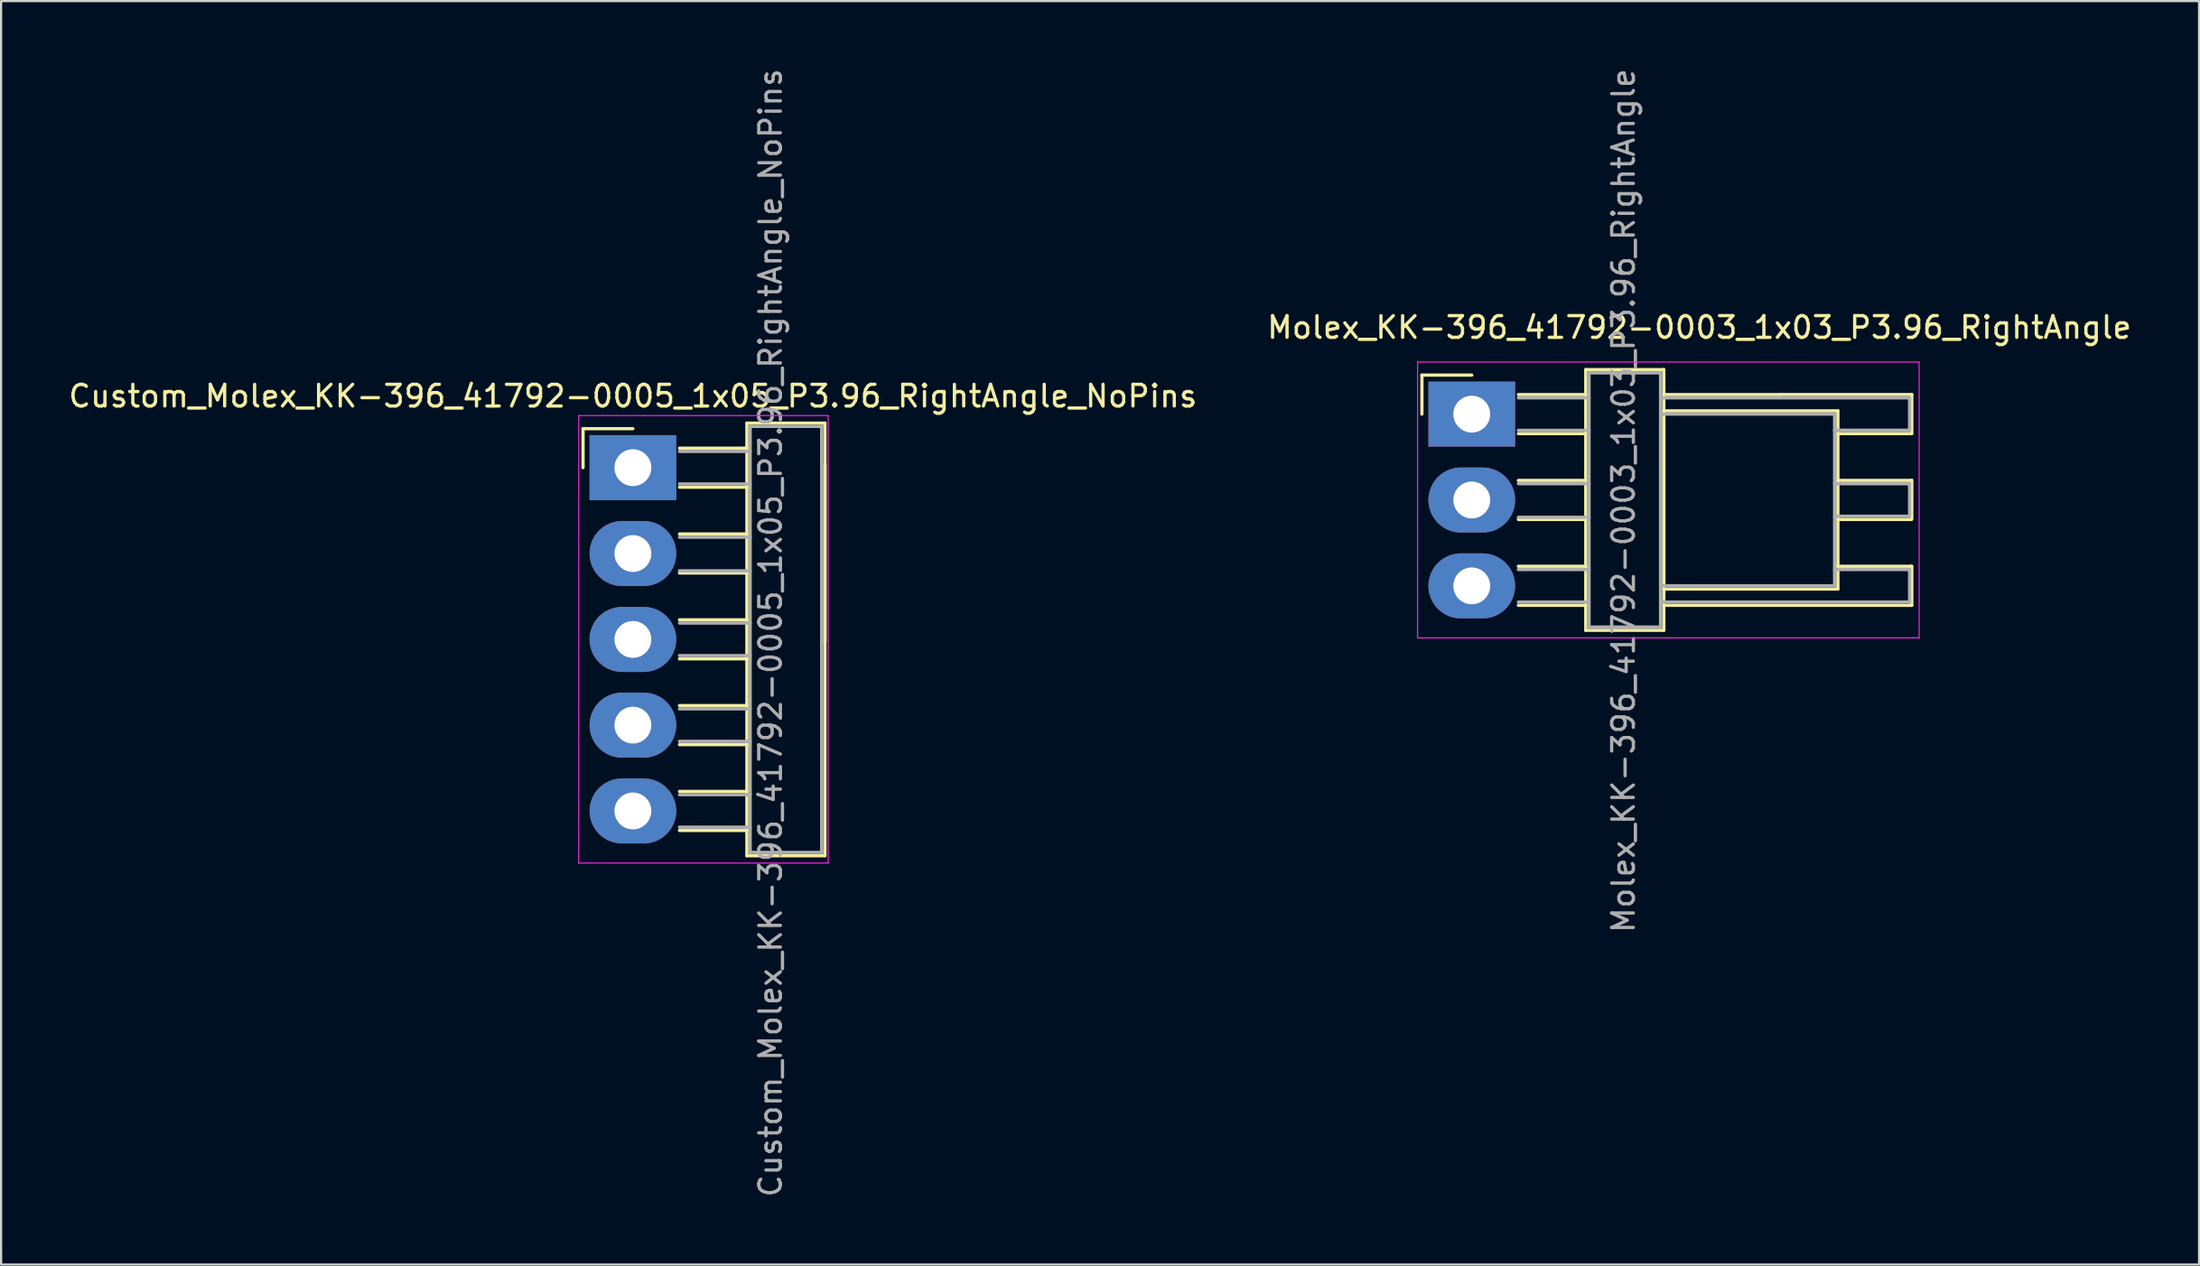
<source format=kicad_pcb>
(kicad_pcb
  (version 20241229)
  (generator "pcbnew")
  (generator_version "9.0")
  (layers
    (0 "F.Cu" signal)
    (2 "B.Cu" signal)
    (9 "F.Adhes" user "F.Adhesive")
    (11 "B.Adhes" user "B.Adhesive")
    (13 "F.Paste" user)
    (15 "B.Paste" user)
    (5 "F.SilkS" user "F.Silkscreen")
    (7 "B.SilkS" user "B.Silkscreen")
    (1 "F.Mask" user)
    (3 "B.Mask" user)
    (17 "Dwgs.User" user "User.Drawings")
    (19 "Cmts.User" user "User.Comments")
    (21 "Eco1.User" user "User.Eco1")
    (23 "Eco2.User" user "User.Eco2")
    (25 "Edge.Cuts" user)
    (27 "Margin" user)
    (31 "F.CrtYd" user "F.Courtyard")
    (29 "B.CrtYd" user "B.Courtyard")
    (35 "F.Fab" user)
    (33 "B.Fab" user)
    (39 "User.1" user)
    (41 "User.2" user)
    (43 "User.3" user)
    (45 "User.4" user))
  (footprint "Custom_Molex_KK-396_41792-0005_1x05_P3.96_RightAngle_NoPins"
    (layer "F.Cu")
    (at 26.149 18.529)
    (property "Reference" "Custom_Molex_KK-396_41792-0005_1x05_P3.96_RightAngle_NoPins" (at 0 -3.302 0) (layer "F.SilkS") (effects (font (size 1 1) (thickness 0.15))))
    (attr through_hole)
    (fp_line (start -2.3 -1.8) (end 0 -1.8) (stroke (width 0.15) (type solid)) (layer "F.SilkS"))
    (fp_line (start -2.3 0) (end -2.3 -1.8) (stroke (width 0.15) (type solid)) (layer "F.SilkS"))
    (fp_line (start 2.15 0.9) (end 5.26 0.9) (stroke (width 0.15) (type solid)) (layer "F.SilkS"))
    (fp_line (start 2.15 3.06) (end 5.26 3.06) (stroke (width 0.15) (type solid)) (layer "F.SilkS"))
    (fp_line (start 2.15 4.86) (end 5.26 4.86) (stroke (width 0.15) (type solid)) (layer "F.SilkS"))
    (fp_line (start 2.15 7.02) (end 5.26 7.02) (stroke (width 0.15) (type solid)) (layer "F.SilkS"))
    (fp_line (start 2.15 8.82) (end 5.26 8.82) (stroke (width 0.15) (type solid)) (layer "F.SilkS"))
    (fp_line (start 2.15 10.98) (end 5.26 10.98) (stroke (width 0.15) (type solid)) (layer "F.SilkS"))
    (fp_line (start 2.15 12.78) (end 5.26 12.78) (stroke (width 0.15) (type solid)) (layer "F.SilkS"))
    (fp_line (start 2.15 14.94) (end 5.26 14.94) (stroke (width 0.15) (type solid)) (layer "F.SilkS"))
    (fp_line (start 2.15 16.74) (end 5.26 16.74) (stroke (width 0.15) (type solid)) (layer "F.SilkS"))
    (fp_line (start 5.26 -2.055) (end 5.26 17.904) (stroke (width 0.15) (type solid)) (layer "F.SilkS"))
    (fp_line (start 5.26 -0.9) (end 2.15 -0.9) (stroke (width 0.15) (type solid)) (layer "F.SilkS"))
    (fp_line (start 8.86 -2.055) (end 5.26 -2.055) (stroke (width 0.15) (type solid)) (layer "F.SilkS"))
    (fp_line (start 8.86 -2.055) (end 8.86 17.904) (stroke (width 0.15) (type solid)) (layer "F.SilkS"))
    (fp_line (start 8.86 8.07) (end 8.86 -0.15) (stroke (width 0.15) (type solid)) (layer "F.SilkS"))
    (fp_line (start 8.86 17.905) (end 5.26 17.905) (stroke (width 0.15) (type solid)) (layer "F.SilkS"))
    (fp_line (start -2.5 -2.405) (end 9.01 -2.405) (stroke (width 0.05) (type solid)) (layer "F.CrtYd"))
    (fp_line (start -2.5 18.255) (end -2.5 -2.405) (stroke (width 0.05) (type solid)) (layer "F.CrtYd"))
    (fp_line (start 9.01 -2.405) (end 9.01 18.245) (stroke (width 0.05) (type solid)) (layer "F.CrtYd"))
    (fp_line (start 9.01 18.245) (end -2.5 18.245) (stroke (width 0.05) (type solid)) (layer "F.CrtYd"))
    (fp_line (start 2.15 0.75) (end 5.41 0.75) (stroke (width 0.15) (type solid)) (layer "F.Fab"))
    (fp_line (start 2.15 3.21) (end 5.41 3.21) (stroke (width 0.15) (type solid)) (layer "F.Fab"))
    (fp_line (start 2.15 4.76) (end 5.41 4.76) (stroke (width 0.15) (type solid)) (layer "F.Fab"))
    (fp_line (start 2.15 7.17) (end 5.41 7.17) (stroke (width 0.15) (type solid)) (layer "F.Fab"))
    (fp_line (start 2.15 8.67) (end 5.41 8.67) (stroke (width 0.15) (type solid)) (layer "F.Fab"))
    (fp_line (start 2.15 11.13) (end 5.41 11.13) (stroke (width 0.15) (type solid)) (layer "F.Fab"))
    (fp_line (start 2.15 12.63) (end 5.41 12.63) (stroke (width 0.15) (type solid)) (layer "F.Fab"))
    (fp_line (start 2.15 15.09) (end 5.41 15.09) (stroke (width 0.15) (type solid)) (layer "F.Fab"))
    (fp_line (start 2.15 16.59) (end 5.41 16.59) (stroke (width 0.15) (type solid)) (layer "F.Fab"))
    (fp_line (start 5.41 -1.905) (end 5.41 17.755) (stroke (width 0.15) (type solid)) (layer "F.Fab"))
    (fp_line (start 5.41 -0.75) (end 2.15 -0.75) (stroke (width 0.15) (type solid)) (layer "F.Fab"))
    (fp_line (start 5.41 17.755) (end 8.71 17.755) (stroke (width 0.15) (type solid)) (layer "F.Fab"))
    (fp_line (start 8.71 17.755) (end 8.71 -1.905) (stroke (width 0.15) (type solid)) (layer "F.Fab"))
    (fp_line (start 8.71 -1.905) (end 5.41 -1.905) (stroke (width 0.15) (type solid)) (layer "F.Fab"))
    (fp_text user "${REFERENCE}" (at 6.35 7.62 270) (layer "F.Fab") (effects (font (size 1 1) (thickness 0.15))))
    (pad "1" thru_hole rect (at 0 0 270) (size 3 4) (drill 1.7) (layers "*.Cu" "*.Mask"))
    (pad "2" thru_hole oval (at 0 3.962 270) (size 3 4) (drill 1.7) (layers "*.Cu" "*.Mask"))
    (pad "3" thru_hole oval (at 0 7.925 270) (size 3 4) (drill 1.7) (layers "*.Cu" "*.Mask"))
    (pad "4" thru_hole oval (at 0 11.88 270) (size 3 4) (drill 1.7) (layers "*.Cu" "*.Mask"))
    (pad "5" thru_hole oval (at 0 15.84 270) (size 3 4) (drill 1.7) (layers "*.Cu" "*.Mask")))
  (footprint "Molex_KK-396_41792-0003_1x03_P3.96_RightAngle"
    (layer "F.Cu")
    (at 64.851 16.059)
    (property "Reference" "Molex_KK-396_41792-0003_1x03_P3.96_RightAngle" (at 10.5 -4 0) (layer "F.SilkS") (effects (font (size 1 1) (thickness 0.15))))
    (attr through_hole)
    (fp_line (start -2.3 -1.8) (end 0 -1.8) (stroke (width 0.15) (type solid)) (layer "F.SilkS"))
    (fp_line (start -2.3 0) (end -2.3 -1.8) (stroke (width 0.15) (type solid)) (layer "F.SilkS"))
    (fp_line (start 2.15 0.9) (end 5.26 0.9) (stroke (width 0.15) (type solid)) (layer "F.SilkS"))
    (fp_line (start 2.15 3.06) (end 5.26 3.06) (stroke (width 0.15) (type solid)) (layer "F.SilkS"))
    (fp_line (start 2.15 4.86) (end 5.26 4.86) (stroke (width 0.15) (type solid)) (layer "F.SilkS"))
    (fp_line (start 2.15 7.02) (end 5.26 7.02) (stroke (width 0.15) (type solid)) (layer "F.SilkS"))
    (fp_line (start 2.15 8.82) (end 5.26 8.82) (stroke (width 0.15) (type solid)) (layer "F.SilkS"))
    (fp_line (start 5.26 -2.055) (end 5.26 9.975) (stroke (width 0.15) (type solid)) (layer "F.SilkS"))
    (fp_line (start 5.26 -0.9) (end 2.15 -0.9) (stroke (width 0.15) (type solid)) (layer "F.SilkS"))
    (fp_line (start 5.26 9.975) (end 8.86 9.975) (stroke (width 0.15) (type solid)) (layer "F.SilkS"))
    (fp_line (start 8.86 -2.055) (end 5.26 -2.055) (stroke (width 0.15) (type solid)) (layer "F.SilkS"))
    (fp_line (start 8.86 -0.9) (end 20.3 -0.905) (stroke (width 0.15) (type solid)) (layer "F.SilkS"))
    (fp_line (start 8.86 -0.15) (end 16.89 -0.15) (stroke (width 0.15) (type solid)) (layer "F.SilkS"))
    (fp_line (start 8.86 8.07) (end 8.86 -0.15) (stroke (width 0.15) (type solid)) (layer "F.SilkS"))
    (fp_line (start 8.86 8.82) (end 20.3 8.82) (stroke (width 0.15) (type solid)) (layer "F.SilkS"))
    (fp_line (start 8.86 9.975) (end 8.86 -2.055) (stroke (width 0.15) (type solid)) (layer "F.SilkS"))
    (fp_line (start 16.89 -0.15) (end 16.89 8.07) (stroke (width 0.15) (type solid)) (layer "F.SilkS"))
    (fp_line (start 16.89 0.9) (end 20.29 0.9) (stroke (width 0.15) (type solid)) (layer "F.SilkS"))
    (fp_line (start 16.89 3.06) (end 20.29 3.06) (stroke (width 0.15) (type solid)) (layer "F.SilkS"))
    (fp_line (start 16.89 4.86) (end 20.29 4.86) (stroke (width 0.15) (type solid)) (layer "F.SilkS"))
    (fp_line (start 16.89 7.02) (end 20.29 7.02) (stroke (width 0.15) (type solid)) (layer "F.SilkS"))
    (fp_line (start 16.89 8.07) (end 8.86 8.07) (stroke (width 0.15) (type solid)) (layer "F.SilkS"))
    (fp_line (start 20.3 -0.905) (end 20.3 0.895) (stroke (width 0.15) (type solid)) (layer "F.SilkS"))
    (fp_line (start 20.3 4.81) (end 20.3 3.05) (stroke (width 0.15) (type solid)) (layer "F.SilkS"))
    (fp_line (start 20.3 8.82) (end 20.3 7.02) (stroke (width 0.15) (type solid)) (layer "F.SilkS"))
    (fp_line (start -2.5 -2.405) (end 20.64 -2.405) (stroke (width 0.05) (type solid)) (layer "F.CrtYd"))
    (fp_line (start -2.5 10.325) (end -2.5 -2.405) (stroke (width 0.05) (type solid)) (layer "F.CrtYd"))
    (fp_line (start 20.64 -2.405) (end 20.64 10.325) (stroke (width 0.05) (type solid)) (layer "F.CrtYd"))
    (fp_line (start 20.64 10.325) (end -2.5 10.325) (stroke (width 0.05) (type solid)) (layer "F.CrtYd"))
    (fp_line (start 2.15 0.75) (end 5.41 0.75) (stroke (width 0.15) (type solid)) (layer "F.Fab"))
    (fp_line (start 2.15 3.21) (end 5.41 3.21) (stroke (width 0.15) (type solid)) (layer "F.Fab"))
    (fp_line (start 2.15 4.76) (end 5.41 4.76) (stroke (width 0.15) (type solid)) (layer "F.Fab"))
    (fp_line (start 2.15 7.17) (end 5.41 7.17) (stroke (width 0.15) (type solid)) (layer "F.Fab"))
    (fp_line (start 2.15 8.67) (end 5.41 8.67) (stroke (width 0.15) (type solid)) (layer "F.Fab"))
    (fp_line (start 5.41 -1.905) (end 5.41 9.825) (stroke (width 0.15) (type solid)) (layer "F.Fab"))
    (fp_line (start 5.41 -0.75) (end 2.15 -0.75) (stroke (width 0.15) (type solid)) (layer "F.Fab"))
    (fp_line (start 5.41 9.825) (end 8.71 9.825) (stroke (width 0.15) (type solid)) (layer "F.Fab"))
    (fp_line (start 8.71 -1.905) (end 5.41 -1.905) (stroke (width 0.15) (type solid)) (layer "F.Fab"))
    (fp_line (start 8.71 0) (end 16.74 0) (stroke (width 0.15) (type solid)) (layer "F.Fab"))
    (fp_line (start 8.71 8.67) (end 20.2 8.67) (stroke (width 0.15) (type solid)) (layer "F.Fab"))
    (fp_line (start 8.71 9.825) (end 8.71 -1.905) (stroke (width 0.15) (type solid)) (layer "F.Fab"))
    (fp_line (start 16.74 0) (end 16.74 7.92) (stroke (width 0.15) (type solid)) (layer "F.Fab"))
    (fp_line (start 16.74 0.75) (end 20.14 0.75) (stroke (width 0.15) (type solid)) (layer "F.Fab"))
    (fp_line (start 16.74 0.75) (end 20.14 0.75) (stroke (width 0.15) (type solid)) (layer "F.Fab"))
    (fp_line (start 16.74 3.21) (end 20.14 3.21) (stroke (width 0.15) (type solid)) (layer "F.Fab"))
    (fp_line (start 16.74 4.71) (end 20.14 4.71) (stroke (width 0.15) (type solid)) (layer "F.Fab"))
    (fp_line (start 16.74 7.17) (end 20.14 7.17) (stroke (width 0.15) (type solid)) (layer "F.Fab"))
    (fp_line (start 16.74 7.92) (end 8.71 7.92) (stroke (width 0.15) (type solid)) (layer "F.Fab"))
    (fp_line (start 20.2 -0.75) (end 8.8 -0.75) (stroke (width 0.15) (type solid)) (layer "F.Fab"))
    (fp_line (start 20.2 -0.75) (end 20.2 0.75) (stroke (width 0.15) (type solid)) (layer "F.Fab"))
    (fp_line (start 20.2 3.21) (end 20.1 3.21) (stroke (width 0.15) (type solid)) (layer "F.Fab"))
    (fp_line (start 20.2 4.71) (end 20.2 3.21) (stroke (width 0.15) (type solid)) (layer "F.Fab"))
    (fp_line (start 20.2 8.67) (end 20.2 7.17) (stroke (width 0.15) (type solid)) (layer "F.Fab"))
    (fp_text user "${REFERENCE}" (at 7 3.995 270) (layer "F.Fab") (effects (font (size 1 1) (thickness 0.15))))
    (pad "1" thru_hole rect (at 0 0 270) (size 3 4) (drill 1.7) (layers "*.Cu" "*.Mask"))
    (pad "2" thru_hole oval (at 0 3.962 270) (size 3 4) (drill 1.7) (layers "*.Cu" "*.Mask"))
    (pad "3" thru_hole oval (at 0 7.925 270) (size 3 4) (drill 1.7) (layers "*.Cu" "*.Mask")))
  (gr_rect
    (start -3 -3)
    (end 98.405 55.298)
    (stroke (width 0.1) (type default))
    (fill no)
    (layer "Edge.Cuts")))
</source>
